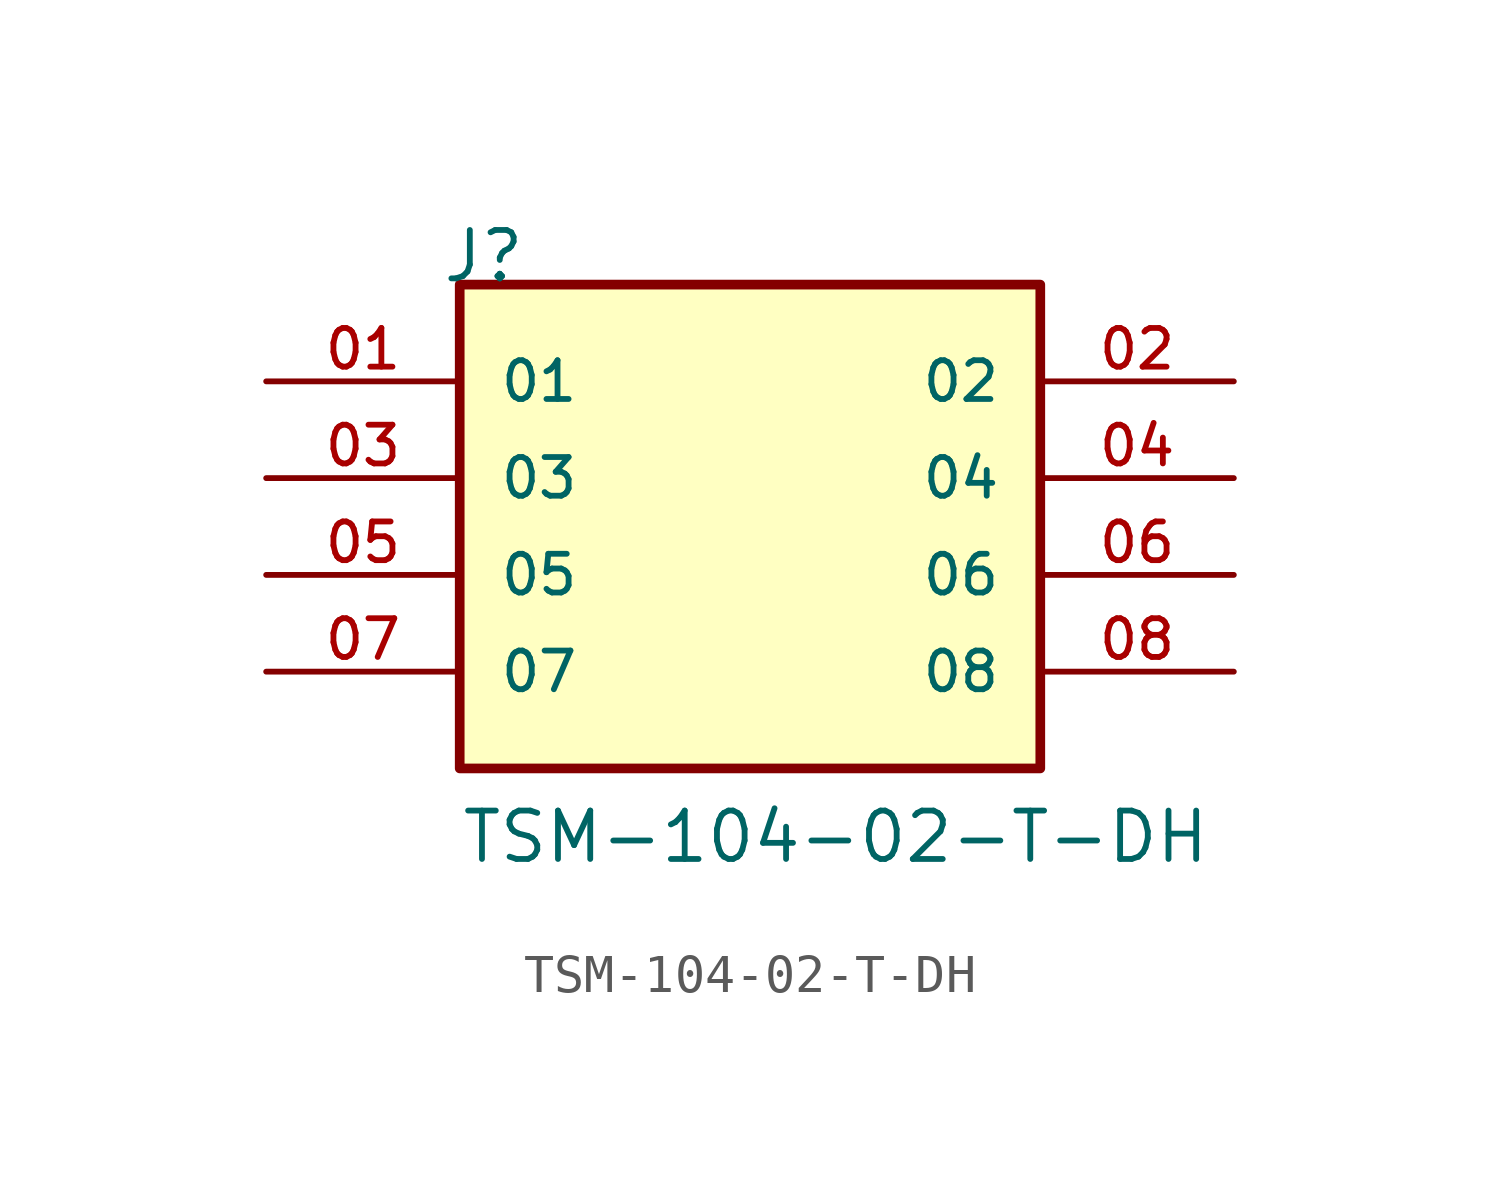
<source format=kicad_sym>
(kicad_symbol_lib
  (version 20211014)
  (generator kicad_symbol_editor)
  (symbol "TSM-104-02-T-DH"
    (pin_names
      (offset 1.016))
    (property "Reference" "J"
      (at -8.12 7.62 0)
      (effects (font (size 1.27 1.27)) (justify bottom left)))
    (property "Value" "TSM-104-02-T-DH"
      (at -7.62 -7.62 0)
      (effects (font (size 1.27 1.27)) (justify bottom left)))
    (symbol "TSM-104-02-T-DH_0_0"
      (rectangle (start -7.62 -5.08) (end 7.62 7.62) (stroke (width 0.254)) (fill (type background)))
      (pin passive line (at -12.7 5.08 0) (length 5.08) (name "01" (effects (font (size 1.016 1.016)))) (number "01" (effects (font (size 1.016 1.016)))))
      (pin passive line (at 12.7 5.08 180.0) (length 5.08) (name "02" (effects (font (size 1.016 1.016)))) (number "02" (effects (font (size 1.016 1.016)))))
      (pin passive line (at -12.7 2.54 0) (length 5.08) (name "03" (effects (font (size 1.016 1.016)))) (number "03" (effects (font (size 1.016 1.016)))))
      (pin passive line (at 12.7 2.54 180.0) (length 5.08) (name "04" (effects (font (size 1.016 1.016)))) (number "04" (effects (font (size 1.016 1.016)))))
      (pin passive line (at -12.7 0.0 0) (length 5.08) (name "05" (effects (font (size 1.016 1.016)))) (number "05" (effects (font (size 1.016 1.016)))))
      (pin passive line (at 12.7 0.0 180.0) (length 5.08) (name "06" (effects (font (size 1.016 1.016)))) (number "06" (effects (font (size 1.016 1.016)))))
      (pin passive line (at -12.7 -2.54 0) (length 5.08) (name "07" (effects (font (size 1.016 1.016)))) (number "07" (effects (font (size 1.016 1.016)))))
      (pin passive line (at 12.7 -2.54 180.0) (length 5.08) (name "08" (effects (font (size 1.016 1.016)))) (number "08" (effects (font (size 1.016 1.016))))))))
</source>
